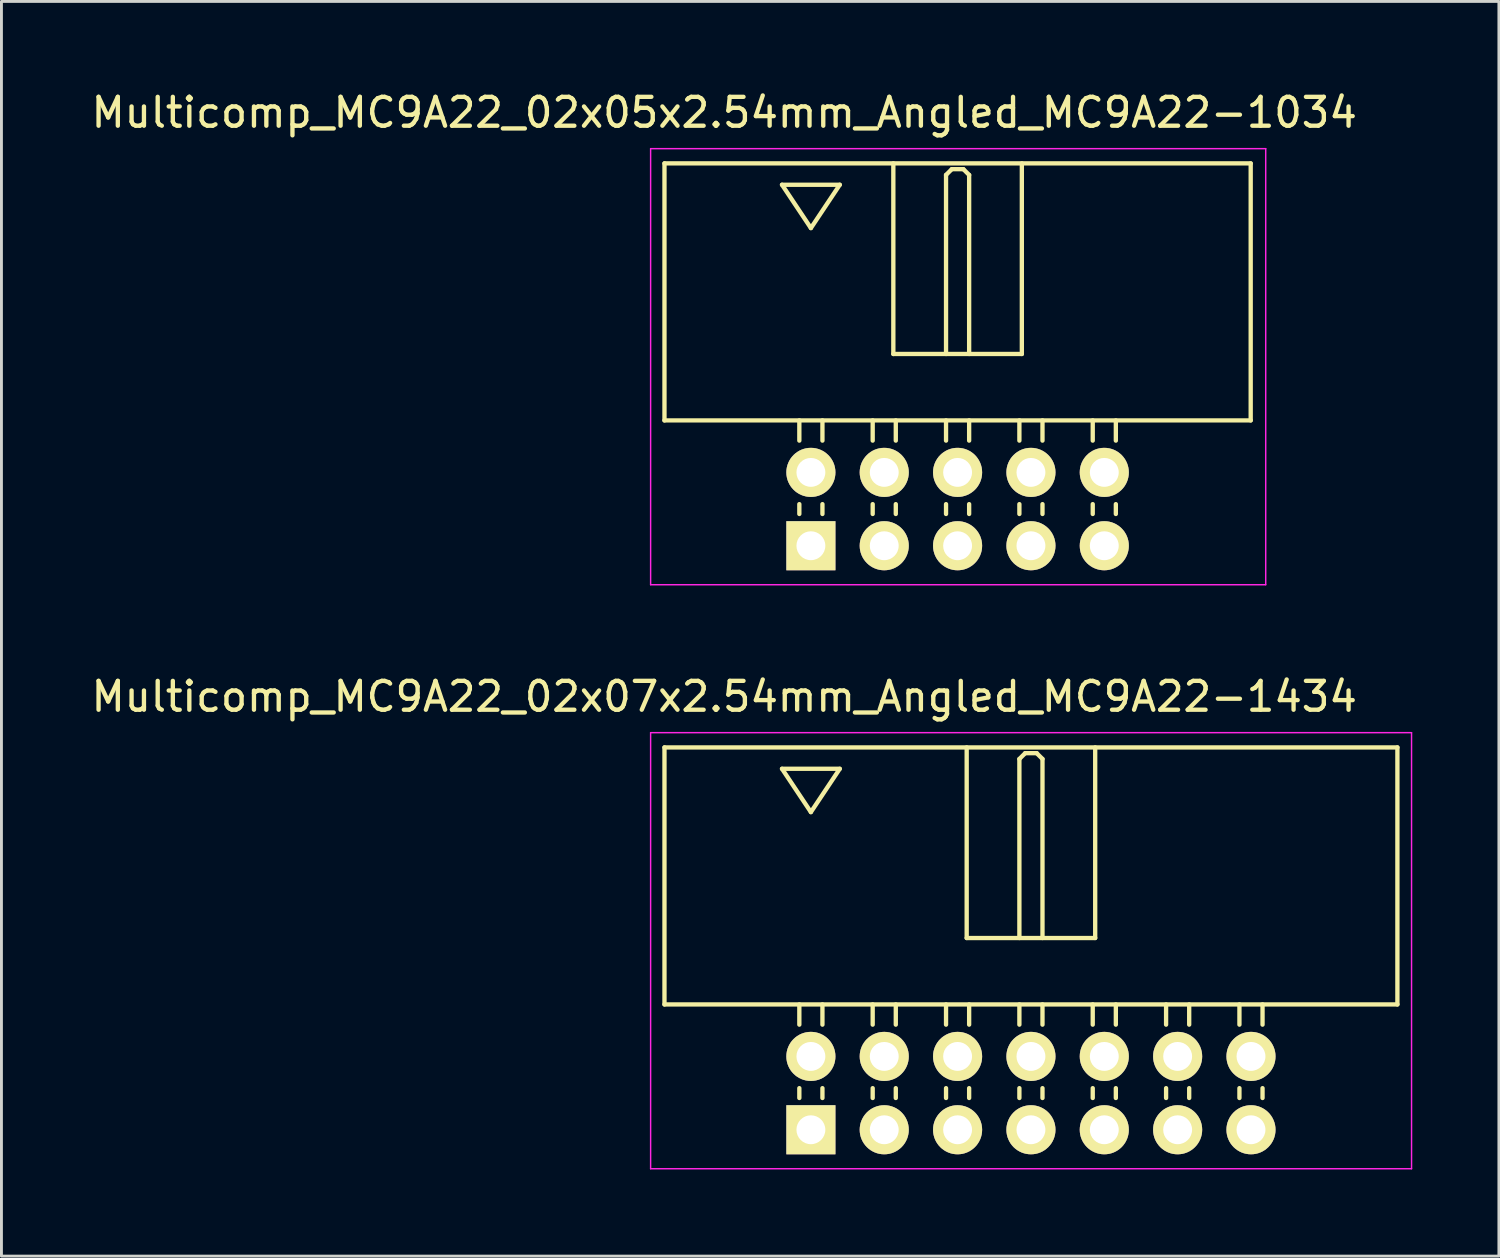
<source format=kicad_pcb>
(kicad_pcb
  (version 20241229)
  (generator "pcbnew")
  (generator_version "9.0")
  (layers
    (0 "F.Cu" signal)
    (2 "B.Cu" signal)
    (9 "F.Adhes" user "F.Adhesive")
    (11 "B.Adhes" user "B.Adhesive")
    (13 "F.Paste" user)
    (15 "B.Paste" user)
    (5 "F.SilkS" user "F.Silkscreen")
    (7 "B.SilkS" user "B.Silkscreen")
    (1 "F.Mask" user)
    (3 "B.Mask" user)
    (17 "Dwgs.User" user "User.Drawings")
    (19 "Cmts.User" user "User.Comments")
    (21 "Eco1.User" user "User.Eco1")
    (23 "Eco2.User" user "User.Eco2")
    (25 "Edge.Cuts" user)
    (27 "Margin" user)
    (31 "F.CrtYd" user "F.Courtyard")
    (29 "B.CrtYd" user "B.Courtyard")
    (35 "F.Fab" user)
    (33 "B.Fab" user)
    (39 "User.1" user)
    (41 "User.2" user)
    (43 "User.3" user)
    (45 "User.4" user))
  (footprint "Multicomp_MC9A22_02x05x2.54mm_Angled_MC9A22-1034"
    (layer "F.Cu")
    (at 25.03 15.848)
    (property "Reference" "Multicomp_MC9A22_02x05x2.54mm_Angled_MC9A22-1034" (at -3 -15 0) (layer "F.SilkS") (effects (font (size 1 1) (thickness 0.15))))
    (attr through_hole)
    (fp_line (start -5.07 -13.24) (end 15.23 -13.24) (stroke (width 0.15) (type solid)) (layer "F.SilkS"))
    (fp_line (start -5.07 -4.34) (end -5.07 -13.24) (stroke (width 0.15) (type solid)) (layer "F.SilkS"))
    (fp_line (start -1 -12.5) (end 1 -12.5) (stroke (width 0.15) (type solid)) (layer "F.SilkS"))
    (fp_line (start -0.4 -3.64) (end -0.4 -4.34) (stroke (width 0.15) (type solid)) (layer "F.SilkS"))
    (fp_line (start -0.4 -1.1) (end -0.4 -1.44) (stroke (width 0.15) (type solid)) (layer "F.SilkS"))
    (fp_line (start 0 -11) (end -1 -12.5) (stroke (width 0.15) (type solid)) (layer "F.SilkS"))
    (fp_line (start 0.4 -3.64) (end 0.4 -4.34) (stroke (width 0.15) (type solid)) (layer "F.SilkS"))
    (fp_line (start 0.4 -1.1) (end 0.4 -1.44) (stroke (width 0.15) (type solid)) (layer "F.SilkS"))
    (fp_line (start 1 -12.5) (end 0 -11) (stroke (width 0.15) (type solid)) (layer "F.SilkS"))
    (fp_line (start 2.14 -3.64) (end 2.14 -4.34) (stroke (width 0.15) (type solid)) (layer "F.SilkS"))
    (fp_line (start 2.14 -1.1) (end 2.14 -1.44) (stroke (width 0.15) (type solid)) (layer "F.SilkS"))
    (fp_line (start 2.855 -13.24) (end 2.855 -6.64) (stroke (width 0.15) (type solid)) (layer "F.SilkS"))
    (fp_line (start 2.855 -6.64) (end 7.305 -6.64) (stroke (width 0.15) (type solid)) (layer "F.SilkS"))
    (fp_line (start 2.94 -3.64) (end 2.94 -4.34) (stroke (width 0.15) (type solid)) (layer "F.SilkS"))
    (fp_line (start 2.94 -1.1) (end 2.94 -1.44) (stroke (width 0.15) (type solid)) (layer "F.SilkS"))
    (fp_line (start 4.68 -12.84) (end 4.88 -13.04) (stroke (width 0.15) (type solid)) (layer "F.SilkS"))
    (fp_line (start 4.68 -6.64) (end 4.68 -12.84) (stroke (width 0.15) (type solid)) (layer "F.SilkS"))
    (fp_line (start 4.68 -3.64) (end 4.68 -4.34) (stroke (width 0.15) (type solid)) (layer "F.SilkS"))
    (fp_line (start 4.68 -1.1) (end 4.68 -1.44) (stroke (width 0.15) (type solid)) (layer "F.SilkS"))
    (fp_line (start 4.88 -13.04) (end 5.28 -13.04) (stroke (width 0.15) (type solid)) (layer "F.SilkS"))
    (fp_line (start 5.28 -13.04) (end 5.48 -12.84) (stroke (width 0.15) (type solid)) (layer "F.SilkS"))
    (fp_line (start 5.48 -12.84) (end 5.48 -6.64) (stroke (width 0.15) (type solid)) (layer "F.SilkS"))
    (fp_line (start 5.48 -3.64) (end 5.48 -4.34) (stroke (width 0.15) (type solid)) (layer "F.SilkS"))
    (fp_line (start 5.48 -1.1) (end 5.48 -1.44) (stroke (width 0.15) (type solid)) (layer "F.SilkS"))
    (fp_line (start 7.22 -3.64) (end 7.22 -4.34) (stroke (width 0.15) (type solid)) (layer "F.SilkS"))
    (fp_line (start 7.22 -1.1) (end 7.22 -1.44) (stroke (width 0.15) (type solid)) (layer "F.SilkS"))
    (fp_line (start 7.305 -6.64) (end 7.305 -13.24) (stroke (width 0.15) (type solid)) (layer "F.SilkS"))
    (fp_line (start 8.02 -3.64) (end 8.02 -4.34) (stroke (width 0.15) (type solid)) (layer "F.SilkS"))
    (fp_line (start 8.02 -1.1) (end 8.02 -1.44) (stroke (width 0.15) (type solid)) (layer "F.SilkS"))
    (fp_line (start 9.76 -3.64) (end 9.76 -4.34) (stroke (width 0.15) (type solid)) (layer "F.SilkS"))
    (fp_line (start 9.76 -1.1) (end 9.76 -1.44) (stroke (width 0.15) (type solid)) (layer "F.SilkS"))
    (fp_line (start 10.56 -3.64) (end 10.56 -4.34) (stroke (width 0.15) (type solid)) (layer "F.SilkS"))
    (fp_line (start 10.56 -1.1) (end 10.56 -1.44) (stroke (width 0.15) (type solid)) (layer "F.SilkS"))
    (fp_line (start 15.23 -13.24) (end 15.23 -4.34) (stroke (width 0.15) (type solid)) (layer "F.SilkS"))
    (fp_line (start 15.23 -4.34) (end -5.07 -4.34) (stroke (width 0.15) (type solid)) (layer "F.SilkS"))
    (fp_line (start -5.55 -13.75) (end 15.75 -13.75) (stroke (width 0.05) (type solid)) (layer "F.CrtYd"))
    (fp_line (start -5.55 1.35) (end -5.55 -13.75) (stroke (width 0.05) (type solid)) (layer "F.CrtYd"))
    (fp_line (start 15.75 -13.75) (end 15.75 1.35) (stroke (width 0.05) (type solid)) (layer "F.CrtYd"))
    (fp_line (start 15.75 1.35) (end -5.55 1.35) (stroke (width 0.05) (type solid)) (layer "F.CrtYd"))
    (pad "1" thru_hole rect (at 0 0) (size 1.7 1.7) (drill 1) (layers "*.Cu" "*.Mask" "F.SilkS"))
    (pad "2" thru_hole circle (at 0 -2.54) (size 1.7 1.7) (drill 1) (layers "*.Cu" "*.Mask" "F.SilkS"))
    (pad "3" thru_hole circle (at 2.54 0) (size 1.7 1.7) (drill 1) (layers "*.Cu" "*.Mask" "F.SilkS"))
    (pad "4" thru_hole circle (at 2.54 -2.54) (size 1.7 1.7) (drill 1) (layers "*.Cu" "*.Mask" "F.SilkS"))
    (pad "5" thru_hole circle (at 5.08 0) (size 1.7 1.7) (drill 1) (layers "*.Cu" "*.Mask" "F.SilkS"))
    (pad "6" thru_hole circle (at 5.08 -2.54) (size 1.7 1.7) (drill 1) (layers "*.Cu" "*.Mask" "F.SilkS"))
    (pad "7" thru_hole circle (at 7.62 0) (size 1.7 1.7) (drill 1) (layers "*.Cu" "*.Mask" "F.SilkS"))
    (pad "8" thru_hole circle (at 7.62 -2.54) (size 1.7 1.7) (drill 1) (layers "*.Cu" "*.Mask" "F.SilkS"))
    (pad "9" thru_hole circle (at 10.16 0) (size 1.7 1.7) (drill 1) (layers "*.Cu" "*.Mask" "F.SilkS"))
    (pad "10" thru_hole circle (at 10.16 -2.54) (size 1.7 1.7) (drill 1) (layers "*.Cu" "*.Mask" "F.SilkS")))
  (footprint "Multicomp_MC9A22_02x07x2.54mm_Angled_MC9A22-1434"
    (layer "F.Cu")
    (at 25.03 36.072)
    (property "Reference" "Multicomp_MC9A22_02x07x2.54mm_Angled_MC9A22-1434" (at -3 -15 0) (layer "F.SilkS") (effects (font (size 1 1) (thickness 0.15))))
    (attr through_hole)
    (fp_line (start -5.07 -13.24) (end 20.31 -13.24) (stroke (width 0.15) (type solid)) (layer "F.SilkS"))
    (fp_line (start -5.07 -4.34) (end -5.07 -13.24) (stroke (width 0.15) (type solid)) (layer "F.SilkS"))
    (fp_line (start -1 -12.5) (end 1 -12.5) (stroke (width 0.15) (type solid)) (layer "F.SilkS"))
    (fp_line (start -0.4 -3.64) (end -0.4 -4.34) (stroke (width 0.15) (type solid)) (layer "F.SilkS"))
    (fp_line (start -0.4 -1.1) (end -0.4 -1.44) (stroke (width 0.15) (type solid)) (layer "F.SilkS"))
    (fp_line (start 0 -11) (end -1 -12.5) (stroke (width 0.15) (type solid)) (layer "F.SilkS"))
    (fp_line (start 0.4 -3.64) (end 0.4 -4.34) (stroke (width 0.15) (type solid)) (layer "F.SilkS"))
    (fp_line (start 0.4 -1.1) (end 0.4 -1.44) (stroke (width 0.15) (type solid)) (layer "F.SilkS"))
    (fp_line (start 1 -12.5) (end 0 -11) (stroke (width 0.15) (type solid)) (layer "F.SilkS"))
    (fp_line (start 2.14 -3.64) (end 2.14 -4.34) (stroke (width 0.15) (type solid)) (layer "F.SilkS"))
    (fp_line (start 2.14 -1.1) (end 2.14 -1.44) (stroke (width 0.15) (type solid)) (layer "F.SilkS"))
    (fp_line (start 2.94 -3.64) (end 2.94 -4.34) (stroke (width 0.15) (type solid)) (layer "F.SilkS"))
    (fp_line (start 2.94 -1.1) (end 2.94 -1.44) (stroke (width 0.15) (type solid)) (layer "F.SilkS"))
    (fp_line (start 4.68 -3.64) (end 4.68 -4.34) (stroke (width 0.15) (type solid)) (layer "F.SilkS"))
    (fp_line (start 4.68 -1.1) (end 4.68 -1.44) (stroke (width 0.15) (type solid)) (layer "F.SilkS"))
    (fp_line (start 5.395 -13.24) (end 5.395 -6.64) (stroke (width 0.15) (type solid)) (layer "F.SilkS"))
    (fp_line (start 5.395 -6.64) (end 9.845 -6.64) (stroke (width 0.15) (type solid)) (layer "F.SilkS"))
    (fp_line (start 5.48 -3.64) (end 5.48 -4.34) (stroke (width 0.15) (type solid)) (layer "F.SilkS"))
    (fp_line (start 5.48 -1.1) (end 5.48 -1.44) (stroke (width 0.15) (type solid)) (layer "F.SilkS"))
    (fp_line (start 7.22 -12.84) (end 7.42 -13.04) (stroke (width 0.15) (type solid)) (layer "F.SilkS"))
    (fp_line (start 7.22 -6.64) (end 7.22 -12.84) (stroke (width 0.15) (type solid)) (layer "F.SilkS"))
    (fp_line (start 7.22 -3.64) (end 7.22 -4.34) (stroke (width 0.15) (type solid)) (layer "F.SilkS"))
    (fp_line (start 7.22 -1.1) (end 7.22 -1.44) (stroke (width 0.15) (type solid)) (layer "F.SilkS"))
    (fp_line (start 7.42 -13.04) (end 7.82 -13.04) (stroke (width 0.15) (type solid)) (layer "F.SilkS"))
    (fp_line (start 7.82 -13.04) (end 8.02 -12.84) (stroke (width 0.15) (type solid)) (layer "F.SilkS"))
    (fp_line (start 8.02 -12.84) (end 8.02 -6.64) (stroke (width 0.15) (type solid)) (layer "F.SilkS"))
    (fp_line (start 8.02 -3.64) (end 8.02 -4.34) (stroke (width 0.15) (type solid)) (layer "F.SilkS"))
    (fp_line (start 8.02 -1.1) (end 8.02 -1.44) (stroke (width 0.15) (type solid)) (layer "F.SilkS"))
    (fp_line (start 9.76 -3.64) (end 9.76 -4.34) (stroke (width 0.15) (type solid)) (layer "F.SilkS"))
    (fp_line (start 9.76 -1.1) (end 9.76 -1.44) (stroke (width 0.15) (type solid)) (layer "F.SilkS"))
    (fp_line (start 9.845 -6.64) (end 9.845 -13.24) (stroke (width 0.15) (type solid)) (layer "F.SilkS"))
    (fp_line (start 10.56 -3.64) (end 10.56 -4.34) (stroke (width 0.15) (type solid)) (layer "F.SilkS"))
    (fp_line (start 10.56 -1.1) (end 10.56 -1.44) (stroke (width 0.15) (type solid)) (layer "F.SilkS"))
    (fp_line (start 12.3 -3.64) (end 12.3 -4.34) (stroke (width 0.15) (type solid)) (layer "F.SilkS"))
    (fp_line (start 12.3 -1.1) (end 12.3 -1.44) (stroke (width 0.15) (type solid)) (layer "F.SilkS"))
    (fp_line (start 13.1 -3.64) (end 13.1 -4.34) (stroke (width 0.15) (type solid)) (layer "F.SilkS"))
    (fp_line (start 13.1 -1.1) (end 13.1 -1.44) (stroke (width 0.15) (type solid)) (layer "F.SilkS"))
    (fp_line (start 14.84 -3.64) (end 14.84 -4.34) (stroke (width 0.15) (type solid)) (layer "F.SilkS"))
    (fp_line (start 14.84 -1.1) (end 14.84 -1.44) (stroke (width 0.15) (type solid)) (layer "F.SilkS"))
    (fp_line (start 15.64 -3.64) (end 15.64 -4.34) (stroke (width 0.15) (type solid)) (layer "F.SilkS"))
    (fp_line (start 15.64 -1.1) (end 15.64 -1.44) (stroke (width 0.15) (type solid)) (layer "F.SilkS"))
    (fp_line (start 20.31 -13.24) (end 20.31 -4.34) (stroke (width 0.15) (type solid)) (layer "F.SilkS"))
    (fp_line (start 20.31 -4.34) (end -5.07 -4.34) (stroke (width 0.15) (type solid)) (layer "F.SilkS"))
    (fp_line (start -5.55 -13.75) (end 20.8 -13.75) (stroke (width 0.05) (type solid)) (layer "F.CrtYd"))
    (fp_line (start -5.55 1.35) (end -5.55 -13.75) (stroke (width 0.05) (type solid)) (layer "F.CrtYd"))
    (fp_line (start 20.8 -13.75) (end 20.8 1.35) (stroke (width 0.05) (type solid)) (layer "F.CrtYd"))
    (fp_line (start 20.8 1.35) (end -5.55 1.35) (stroke (width 0.05) (type solid)) (layer "F.CrtYd"))
    (pad "1" thru_hole rect (at 0 0) (size 1.7 1.7) (drill 1) (layers "*.Cu" "*.Mask" "F.SilkS"))
    (pad "2" thru_hole circle (at 0 -2.54) (size 1.7 1.7) (drill 1) (layers "*.Cu" "*.Mask" "F.SilkS"))
    (pad "3" thru_hole circle (at 2.54 0) (size 1.7 1.7) (drill 1) (layers "*.Cu" "*.Mask" "F.SilkS"))
    (pad "4" thru_hole circle (at 2.54 -2.54) (size 1.7 1.7) (drill 1) (layers "*.Cu" "*.Mask" "F.SilkS"))
    (pad "5" thru_hole circle (at 5.08 0) (size 1.7 1.7) (drill 1) (layers "*.Cu" "*.Mask" "F.SilkS"))
    (pad "6" thru_hole circle (at 5.08 -2.54) (size 1.7 1.7) (drill 1) (layers "*.Cu" "*.Mask" "F.SilkS"))
    (pad "7" thru_hole circle (at 7.62 0) (size 1.7 1.7) (drill 1) (layers "*.Cu" "*.Mask" "F.SilkS"))
    (pad "8" thru_hole circle (at 7.62 -2.54) (size 1.7 1.7) (drill 1) (layers "*.Cu" "*.Mask" "F.SilkS"))
    (pad "9" thru_hole circle (at 10.16 0) (size 1.7 1.7) (drill 1) (layers "*.Cu" "*.Mask" "F.SilkS"))
    (pad "10" thru_hole circle (at 10.16 -2.54) (size 1.7 1.7) (drill 1) (layers "*.Cu" "*.Mask" "F.SilkS"))
    (pad "11" thru_hole circle (at 12.7 0) (size 1.7 1.7) (drill 1) (layers "*.Cu" "*.Mask" "F.SilkS"))
    (pad "12" thru_hole circle (at 12.7 -2.54) (size 1.7 1.7) (drill 1) (layers "*.Cu" "*.Mask" "F.SilkS"))
    (pad "13" thru_hole circle (at 15.24 0) (size 1.7 1.7) (drill 1) (layers "*.Cu" "*.Mask" "F.SilkS"))
    (pad "14" thru_hole circle (at 15.24 -2.54) (size 1.7 1.7) (drill 1) (layers "*.Cu" "*.Mask" "F.SilkS")))
  (gr_rect
    (start -3 -3)
    (end 48.855 40.447)
    (stroke (width 0.1) (type default))
    (fill no)
    (layer "Edge.Cuts")))
</source>
